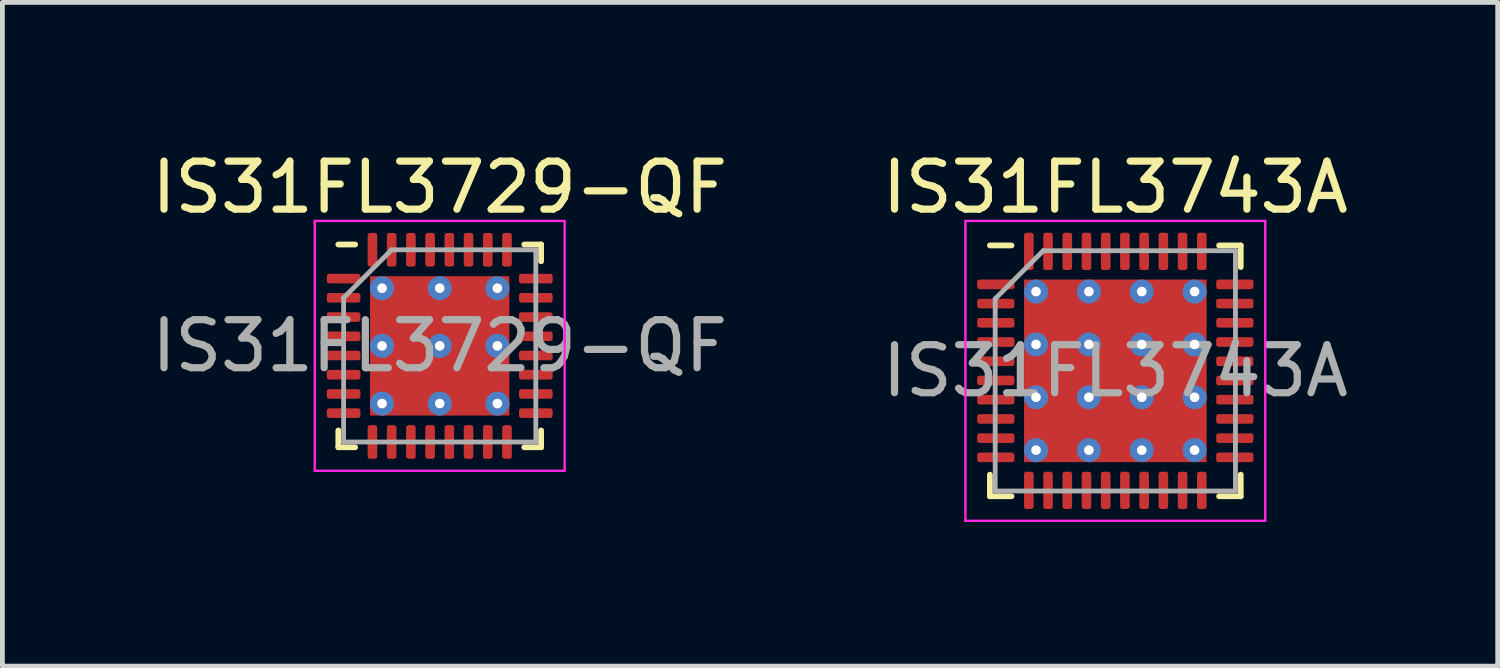
<source format=kicad_pcb>
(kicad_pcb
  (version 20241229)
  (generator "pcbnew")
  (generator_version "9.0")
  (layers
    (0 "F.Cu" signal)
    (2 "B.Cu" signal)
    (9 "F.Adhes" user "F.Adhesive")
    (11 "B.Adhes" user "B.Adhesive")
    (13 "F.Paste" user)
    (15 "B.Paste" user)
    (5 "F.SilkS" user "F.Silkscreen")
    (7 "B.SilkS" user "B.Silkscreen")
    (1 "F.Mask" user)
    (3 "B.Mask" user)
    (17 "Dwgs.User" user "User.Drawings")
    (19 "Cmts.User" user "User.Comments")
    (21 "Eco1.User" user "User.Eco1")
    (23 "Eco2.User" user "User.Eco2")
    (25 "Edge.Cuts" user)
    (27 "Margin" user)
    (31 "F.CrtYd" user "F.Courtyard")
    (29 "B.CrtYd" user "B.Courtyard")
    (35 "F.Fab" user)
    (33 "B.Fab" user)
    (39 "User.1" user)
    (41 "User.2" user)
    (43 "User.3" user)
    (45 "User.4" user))
  (footprint "IS31FL3743A"
    (layer "F.Cu")
    (at 20.161 4.668)
    (property "Reference" "IS31FL3743A" (at 0 -3.82 0) (layer "F.SilkS") (effects (font (size 1 1) (thickness 0.15))))
    (attr smd)
    (fp_line (start -2.61 2.61) (end -2.61 2.16) (stroke (width 0.12) (type solid)) (layer "F.SilkS"))
    (fp_line (start -2.16 -2.61) (end -2.61 -2.61) (stroke (width 0.12) (type solid)) (layer "F.SilkS"))
    (fp_line (start -2.16 2.61) (end -2.61 2.61) (stroke (width 0.12) (type solid)) (layer "F.SilkS"))
    (fp_line (start 2.16 -2.61) (end 2.61 -2.61) (stroke (width 0.12) (type solid)) (layer "F.SilkS"))
    (fp_line (start 2.16 2.61) (end 2.61 2.61) (stroke (width 0.12) (type solid)) (layer "F.SilkS"))
    (fp_line (start 2.61 -2.61) (end 2.61 -2.16) (stroke (width 0.12) (type solid)) (layer "F.SilkS"))
    (fp_line (start 2.61 2.61) (end 2.61 2.16) (stroke (width 0.12) (type solid)) (layer "F.SilkS"))
    (fp_line (start -3.12 -3.12) (end -3.12 3.12) (stroke (width 0.05) (type solid)) (layer "F.CrtYd"))
    (fp_line (start -3.12 3.12) (end 3.12 3.12) (stroke (width 0.05) (type solid)) (layer "F.CrtYd"))
    (fp_line (start 3.12 -3.12) (end -3.12 -3.12) (stroke (width 0.05) (type solid)) (layer "F.CrtYd"))
    (fp_line (start 3.12 3.12) (end 3.12 -3.12) (stroke (width 0.05) (type solid)) (layer "F.CrtYd"))
    (fp_line (start -2.5 -1.5) (end -1.5 -2.5) (stroke (width 0.1) (type solid)) (layer "F.Fab"))
    (fp_line (start -2.5 2.5) (end -2.5 -1.5) (stroke (width 0.1) (type solid)) (layer "F.Fab"))
    (fp_line (start -1.5 -2.5) (end 2.5 -2.5) (stroke (width 0.1) (type solid)) (layer "F.Fab"))
    (fp_line (start 2.5 -2.5) (end 2.5 2.5) (stroke (width 0.1) (type solid)) (layer "F.Fab"))
    (fp_line (start 2.5 2.5) (end -2.5 2.5) (stroke (width 0.1) (type solid)) (layer "F.Fab"))
    (fp_text user "${REFERENCE}" (at 0 0 0) (layer "F.Fab") (effects (font (size 1 1) (thickness 0.15))))
    (pad "" smd custom (at -1.1 -1.1) (size 0.865 0.865) (layers "F.Paste") (options (anchor circle)) (primitives (gr_poly (pts (xy -0.375 -0.279) (xy -0.279 -0.375) (xy 0.279 -0.375) (xy 0.375 -0.279) (xy 0.375 0.279) (xy 0.279 0.375) (xy -0.279 0.375) (xy -0.375 0.279)) (width 0.232) (fill yes))))
    (pad "" smd custom (at -1.1 0) (size 0.865 0.865) (layers "F.Paste") (options (anchor circle)) (primitives (gr_poly (pts (xy -0.375 -0.279) (xy -0.279 -0.375) (xy 0.279 -0.375) (xy 0.375 -0.279) (xy 0.375 0.279) (xy 0.279 0.375) (xy -0.279 0.375) (xy -0.375 0.279)) (width 0.232) (fill yes))))
    (pad "" smd custom (at -1.1 1.1) (size 0.865 0.865) (layers "F.Paste") (options (anchor circle)) (primitives (gr_poly (pts (xy -0.375 -0.279) (xy -0.279 -0.375) (xy 0.279 -0.375) (xy 0.375 -0.279) (xy 0.375 0.279) (xy 0.279 0.375) (xy -0.279 0.375) (xy -0.375 0.279)) (width 0.232) (fill yes))))
    (pad "" smd custom (at 0 -1.1) (size 0.865 0.865) (layers "F.Paste") (options (anchor circle)) (primitives (gr_poly (pts (xy -0.375 -0.279) (xy -0.279 -0.375) (xy 0.279 -0.375) (xy 0.375 -0.279) (xy 0.375 0.279) (xy 0.279 0.375) (xy -0.279 0.375) (xy -0.375 0.279)) (width 0.232) (fill yes))))
    (pad "" smd custom (at 0 0) (size 0.865 0.865) (layers "F.Paste") (options (anchor circle)) (primitives (gr_poly (pts (xy -0.375 -0.279) (xy -0.279 -0.375) (xy 0.279 -0.375) (xy 0.375 -0.279) (xy 0.375 0.279) (xy 0.279 0.375) (xy -0.279 0.375) (xy -0.375 0.279)) (width 0.232) (fill yes))))
    (pad "" smd custom (at 0 1.1) (size 0.865 0.865) (layers "F.Paste") (options (anchor circle)) (primitives (gr_poly (pts (xy -0.375 -0.279) (xy -0.279 -0.375) (xy 0.279 -0.375) (xy 0.375 -0.279) (xy 0.375 0.279) (xy 0.279 0.375) (xy -0.279 0.375) (xy -0.375 0.279)) (width 0.232) (fill yes))))
    (pad "" smd custom (at 1.1 -1.1) (size 0.865 0.865) (layers "F.Paste") (options (anchor circle)) (primitives (gr_poly (pts (xy -0.375 -0.279) (xy -0.279 -0.375) (xy 0.279 -0.375) (xy 0.375 -0.279) (xy 0.375 0.279) (xy 0.279 0.375) (xy -0.279 0.375) (xy -0.375 0.279)) (width 0.232) (fill yes))))
    (pad "" smd custom (at 1.1 0) (size 0.865 0.865) (layers "F.Paste") (options (anchor circle)) (primitives (gr_poly (pts (xy -0.375 -0.279) (xy -0.279 -0.375) (xy 0.279 -0.375) (xy 0.375 -0.279) (xy 0.375 0.279) (xy 0.279 0.375) (xy -0.279 0.375) (xy -0.375 0.279)) (width 0.232) (fill yes))))
    (pad "" smd custom (at 1.1 1.1) (size 0.865 0.865) (layers "F.Paste") (options (anchor circle)) (primitives (gr_poly (pts (xy -0.375 -0.279) (xy -0.279 -0.375) (xy 0.279 -0.375) (xy 0.375 -0.279) (xy 0.375 0.279) (xy 0.279 0.375) (xy -0.279 0.375) (xy -0.375 0.279)) (width 0.232) (fill yes))))
    (pad "1" smd roundrect (at -2.487 -1.8) (size 0.775 0.2) (layers "F.Cu" "F.Mask" "F.Paste") (roundrect_rratio 0.25))
    (pad "2" smd roundrect (at -2.487 -1.4) (size 0.775 0.2) (layers "F.Cu" "F.Mask" "F.Paste") (roundrect_rratio 0.25))
    (pad "3" smd roundrect (at -2.487 -1) (size 0.775 0.2) (layers "F.Cu" "F.Mask" "F.Paste") (roundrect_rratio 0.25))
    (pad "4" smd roundrect (at -2.487 -0.6) (size 0.775 0.2) (layers "F.Cu" "F.Mask" "F.Paste") (roundrect_rratio 0.25))
    (pad "5" smd roundrect (at -2.487 -0.2) (size 0.775 0.2) (layers "F.Cu" "F.Mask" "F.Paste") (roundrect_rratio 0.25))
    (pad "6" smd roundrect (at -2.487 0.2) (size 0.775 0.2) (layers "F.Cu" "F.Mask" "F.Paste") (roundrect_rratio 0.25))
    (pad "7" smd roundrect (at -2.487 0.6) (size 0.775 0.2) (layers "F.Cu" "F.Mask" "F.Paste") (roundrect_rratio 0.25))
    (pad "8" smd roundrect (at -2.487 1) (size 0.775 0.2) (layers "F.Cu" "F.Mask" "F.Paste") (roundrect_rratio 0.25))
    (pad "9" smd roundrect (at -2.487 1.4) (size 0.775 0.2) (layers "F.Cu" "F.Mask" "F.Paste") (roundrect_rratio 0.25))
    (pad "10" smd roundrect (at -2.487 1.8) (size 0.775 0.2) (layers "F.Cu" "F.Mask" "F.Paste") (roundrect_rratio 0.25))
    (pad "11" smd roundrect (at -1.8 2.487) (size 0.2 0.775) (layers "F.Cu" "F.Mask" "F.Paste") (roundrect_rratio 0.25))
    (pad "12" smd roundrect (at -1.4 2.487) (size 0.2 0.775) (layers "F.Cu" "F.Mask" "F.Paste") (roundrect_rratio 0.25))
    (pad "13" smd roundrect (at -1 2.487) (size 0.2 0.775) (layers "F.Cu" "F.Mask" "F.Paste") (roundrect_rratio 0.25))
    (pad "14" smd roundrect (at -0.6 2.487) (size 0.2 0.775) (layers "F.Cu" "F.Mask" "F.Paste") (roundrect_rratio 0.25))
    (pad "15" smd roundrect (at -0.2 2.487) (size 0.2 0.775) (layers "F.Cu" "F.Mask" "F.Paste") (roundrect_rratio 0.25))
    (pad "16" smd roundrect (at 0.2 2.487) (size 0.2 0.775) (layers "F.Cu" "F.Mask" "F.Paste") (roundrect_rratio 0.25))
    (pad "17" smd roundrect (at 0.6 2.487) (size 0.2 0.775) (layers "F.Cu" "F.Mask" "F.Paste") (roundrect_rratio 0.25))
    (pad "18" smd roundrect (at 1 2.487) (size 0.2 0.775) (layers "F.Cu" "F.Mask" "F.Paste") (roundrect_rratio 0.25))
    (pad "19" smd roundrect (at 1.4 2.487) (size 0.2 0.775) (layers "F.Cu" "F.Mask" "F.Paste") (roundrect_rratio 0.25))
    (pad "20" smd roundrect (at 1.8 2.487) (size 0.2 0.775) (layers "F.Cu" "F.Mask" "F.Paste") (roundrect_rratio 0.25))
    (pad "21" smd roundrect (at 2.487 1.8) (size 0.775 0.2) (layers "F.Cu" "F.Mask" "F.Paste") (roundrect_rratio 0.25))
    (pad "22" smd roundrect (at 2.487 1.4) (size 0.775 0.2) (layers "F.Cu" "F.Mask" "F.Paste") (roundrect_rratio 0.25))
    (pad "23" smd roundrect (at 2.487 1) (size 0.775 0.2) (layers "F.Cu" "F.Mask" "F.Paste") (roundrect_rratio 0.25))
    (pad "24" smd roundrect (at 2.487 0.6) (size 0.775 0.2) (layers "F.Cu" "F.Mask" "F.Paste") (roundrect_rratio 0.25))
    (pad "25" smd roundrect (at 2.487 0.2) (size 0.775 0.2) (layers "F.Cu" "F.Mask" "F.Paste") (roundrect_rratio 0.25))
    (pad "26" smd roundrect (at 2.487 -0.2) (size 0.775 0.2) (layers "F.Cu" "F.Mask" "F.Paste") (roundrect_rratio 0.25))
    (pad "27" smd roundrect (at 2.487 -0.6) (size 0.775 0.2) (layers "F.Cu" "F.Mask" "F.Paste") (roundrect_rratio 0.25))
    (pad "28" smd roundrect (at 2.487 -1) (size 0.775 0.2) (layers "F.Cu" "F.Mask" "F.Paste") (roundrect_rratio 0.25))
    (pad "29" smd roundrect (at 2.487 -1.4) (size 0.775 0.2) (layers "F.Cu" "F.Mask" "F.Paste") (roundrect_rratio 0.25))
    (pad "30" smd roundrect (at 2.487 -1.8) (size 0.775 0.2) (layers "F.Cu" "F.Mask" "F.Paste") (roundrect_rratio 0.25))
    (pad "31" smd roundrect (at 1.8 -2.487) (size 0.2 0.775) (layers "F.Cu" "F.Mask" "F.Paste") (roundrect_rratio 0.25))
    (pad "32" smd roundrect (at 1.4 -2.487) (size 0.2 0.775) (layers "F.Cu" "F.Mask" "F.Paste") (roundrect_rratio 0.25))
    (pad "33" smd roundrect (at 1 -2.487) (size 0.2 0.775) (layers "F.Cu" "F.Mask" "F.Paste") (roundrect_rratio 0.25))
    (pad "34" smd roundrect (at 0.6 -2.487) (size 0.2 0.775) (layers "F.Cu" "F.Mask" "F.Paste") (roundrect_rratio 0.25))
    (pad "35" smd roundrect (at 0.2 -2.487) (size 0.2 0.775) (layers "F.Cu" "F.Mask" "F.Paste") (roundrect_rratio 0.25))
    (pad "36" smd roundrect (at -0.2 -2.487) (size 0.2 0.775) (layers "F.Cu" "F.Mask" "F.Paste") (roundrect_rratio 0.25))
    (pad "37" smd roundrect (at -0.6 -2.487) (size 0.2 0.775) (layers "F.Cu" "F.Mask" "F.Paste") (roundrect_rratio 0.25))
    (pad "38" smd roundrect (at -1 -2.487) (size 0.2 0.775) (layers "F.Cu" "F.Mask" "F.Paste") (roundrect_rratio 0.25))
    (pad "39" smd roundrect (at -1.4 -2.487) (size 0.2 0.775) (layers "F.Cu" "F.Mask" "F.Paste") (roundrect_rratio 0.25))
    (pad "40" smd roundrect (at -1.8 -2.487) (size 0.2 0.775) (layers "F.Cu" "F.Mask" "F.Paste") (roundrect_rratio 0.25))
    (pad "41" thru_hole circle (at -1.65 -1.65) (size 0.5 0.5) (drill 0.2) (layers "*.Cu"))
    (pad "41" thru_hole circle (at -1.65 -0.55) (size 0.5 0.5) (drill 0.2) (layers "*.Cu"))
    (pad "41" thru_hole circle (at -1.65 0.55) (size 0.5 0.5) (drill 0.2) (layers "*.Cu"))
    (pad "41" thru_hole circle (at -1.65 1.65) (size 0.5 0.5) (drill 0.2) (layers "*.Cu"))
    (pad "41" thru_hole circle (at -0.55 -1.65) (size 0.5 0.5) (drill 0.2) (layers "*.Cu"))
    (pad "41" thru_hole circle (at -0.55 -0.55) (size 0.5 0.5) (drill 0.2) (layers "*.Cu"))
    (pad "41" thru_hole circle (at -0.55 0.55) (size 0.5 0.5) (drill 0.2) (layers "*.Cu"))
    (pad "41" thru_hole circle (at -0.55 1.65) (size 0.5 0.5) (drill 0.2) (layers "*.Cu"))
    (pad "41" smd rect (at 0 0) (size 3.8 3.8) (layers "F.Cu" "F.Mask"))
    (pad "41" thru_hole circle (at 0.55 -1.65) (size 0.5 0.5) (drill 0.2) (layers "*.Cu"))
    (pad "41" thru_hole circle (at 0.55 -0.55) (size 0.5 0.5) (drill 0.2) (layers "*.Cu"))
    (pad "41" thru_hole circle (at 0.55 0.55) (size 0.5 0.5) (drill 0.2) (layers "*.Cu"))
    (pad "41" thru_hole circle (at 0.55 1.65) (size 0.5 0.5) (drill 0.2) (layers "*.Cu"))
    (pad "41" thru_hole circle (at 1.65 -1.65) (size 0.5 0.5) (drill 0.2) (layers "*.Cu"))
    (pad "41" thru_hole circle (at 1.65 -0.55) (size 0.5 0.5) (drill 0.2) (layers "*.Cu"))
    (pad "41" thru_hole circle (at 1.65 0.55) (size 0.5 0.5) (drill 0.2) (layers "*.Cu"))
    (pad "41" thru_hole circle (at 1.65 1.65) (size 0.5 0.5) (drill 0.2) (layers "*.Cu")))
  (footprint "IS31FL3729-QF"
    (layer "F.Cu")
    (at 6.101 4.148)
    (property "Reference" "IS31FL3729-QF" (at 0 -3.3 0) (layer "F.SilkS") (effects (font (size 1 1) (thickness 0.15))))
    (attr smd)
    (fp_line (start -2.11 2.11) (end -2.11 1.76) (stroke (width 0.12) (type solid)) (layer "F.SilkS"))
    (fp_line (start -1.76 -2.11) (end -2.11 -2.11) (stroke (width 0.12) (type solid)) (layer "F.SilkS"))
    (fp_line (start -1.76 2.11) (end -2.11 2.11) (stroke (width 0.12) (type solid)) (layer "F.SilkS"))
    (fp_line (start 1.76 -2.11) (end 2.11 -2.11) (stroke (width 0.12) (type solid)) (layer "F.SilkS"))
    (fp_line (start 1.76 2.11) (end 2.11 2.11) (stroke (width 0.12) (type solid)) (layer "F.SilkS"))
    (fp_line (start 2.11 -2.11) (end 2.11 -1.76) (stroke (width 0.12) (type solid)) (layer "F.SilkS"))
    (fp_line (start 2.11 2.11) (end 2.11 1.76) (stroke (width 0.12) (type solid)) (layer "F.SilkS"))
    (fp_line (start -2.6 -2.6) (end -2.6 2.6) (stroke (width 0.05) (type solid)) (layer "F.CrtYd"))
    (fp_line (start -2.6 2.6) (end 2.6 2.6) (stroke (width 0.05) (type solid)) (layer "F.CrtYd"))
    (fp_line (start 2.6 -2.6) (end -2.6 -2.6) (stroke (width 0.05) (type solid)) (layer "F.CrtYd"))
    (fp_line (start 2.6 2.6) (end 2.6 -2.6) (stroke (width 0.05) (type solid)) (layer "F.CrtYd"))
    (fp_line (start -2 -1) (end -1 -2) (stroke (width 0.1) (type solid)) (layer "F.Fab"))
    (fp_line (start -2 2) (end -2 -1) (stroke (width 0.1) (type solid)) (layer "F.Fab"))
    (fp_line (start -1 -2) (end 2 -2) (stroke (width 0.1) (type solid)) (layer "F.Fab"))
    (fp_line (start 2 -2) (end 2 2) (stroke (width 0.1) (type solid)) (layer "F.Fab"))
    (fp_line (start 2 2) (end -2 2) (stroke (width 0.1) (type solid)) (layer "F.Fab"))
    (fp_text user "${REFERENCE}" (at 0 0 0) (layer "F.Fab") (effects (font (size 1 1) (thickness 0.15))))
    (pad "" smd roundrect (at -0.725 -0.725) (size 1.26 1.26) (layers "F.Paste") (roundrect_rratio 0.198))
    (pad "" smd roundrect (at -0.725 0.725) (size 1.26 1.26) (layers "F.Paste") (roundrect_rratio 0.198))
    (pad "" smd roundrect (at 0.725 -0.725) (size 1.26 1.26) (layers "F.Paste") (roundrect_rratio 0.198))
    (pad "" smd roundrect (at 0.725 0.725) (size 1.26 1.26) (layers "F.Paste") (roundrect_rratio 0.198))
    (pad "1" smd roundrect (at -2 -1.4) (size 0.7 0.2) (layers "F.Cu" "F.Mask" "F.Paste") (roundrect_rratio 0.25))
    (pad "2" smd roundrect (at -2 -1) (size 0.7 0.2) (layers "F.Cu" "F.Mask" "F.Paste") (roundrect_rratio 0.25))
    (pad "3" smd roundrect (at -2 -0.6) (size 0.7 0.2) (layers "F.Cu" "F.Mask" "F.Paste") (roundrect_rratio 0.25))
    (pad "4" smd roundrect (at -2 -0.2) (size 0.7 0.2) (layers "F.Cu" "F.Mask" "F.Paste") (roundrect_rratio 0.25))
    (pad "5" smd roundrect (at -2 0.2) (size 0.7 0.2) (layers "F.Cu" "F.Mask" "F.Paste") (roundrect_rratio 0.25))
    (pad "6" smd roundrect (at -2 0.6) (size 0.7 0.2) (layers "F.Cu" "F.Mask" "F.Paste") (roundrect_rratio 0.25))
    (pad "7" smd roundrect (at -2 1) (size 0.7 0.2) (layers "F.Cu" "F.Mask" "F.Paste") (roundrect_rratio 0.25))
    (pad "8" smd roundrect (at -2 1.4) (size 0.7 0.2) (layers "F.Cu" "F.Mask" "F.Paste") (roundrect_rratio 0.25))
    (pad "9" smd roundrect (at -1.4 2) (size 0.2 0.7) (layers "F.Cu" "F.Mask" "F.Paste") (roundrect_rratio 0.25))
    (pad "10" smd roundrect (at -1 2) (size 0.2 0.7) (layers "F.Cu" "F.Mask" "F.Paste") (roundrect_rratio 0.25))
    (pad "11" smd roundrect (at -0.6 2) (size 0.2 0.7) (layers "F.Cu" "F.Mask" "F.Paste") (roundrect_rratio 0.25))
    (pad "12" smd roundrect (at -0.2 2) (size 0.2 0.7) (layers "F.Cu" "F.Mask" "F.Paste") (roundrect_rratio 0.25))
    (pad "13" smd roundrect (at 0.2 2) (size 0.2 0.7) (layers "F.Cu" "F.Mask" "F.Paste") (roundrect_rratio 0.25))
    (pad "14" smd roundrect (at 0.6 2) (size 0.2 0.7) (layers "F.Cu" "F.Mask" "F.Paste") (roundrect_rratio 0.25))
    (pad "15" smd roundrect (at 1 2) (size 0.2 0.7) (layers "F.Cu" "F.Mask" "F.Paste") (roundrect_rratio 0.25))
    (pad "16" smd roundrect (at 1.4 2) (size 0.2 0.7) (layers "F.Cu" "F.Mask" "F.Paste") (roundrect_rratio 0.25))
    (pad "17" smd roundrect (at 2 1.4) (size 0.7 0.2) (layers "F.Cu" "F.Mask" "F.Paste") (roundrect_rratio 0.25))
    (pad "18" smd roundrect (at 2 1) (size 0.7 0.2) (layers "F.Cu" "F.Mask" "F.Paste") (roundrect_rratio 0.25))
    (pad "19" smd roundrect (at 2 0.6) (size 0.7 0.2) (layers "F.Cu" "F.Mask" "F.Paste") (roundrect_rratio 0.25))
    (pad "20" smd roundrect (at 2 0.2) (size 0.7 0.2) (layers "F.Cu" "F.Mask" "F.Paste") (roundrect_rratio 0.25))
    (pad "21" smd roundrect (at 2 -0.2) (size 0.7 0.2) (layers "F.Cu" "F.Mask" "F.Paste") (roundrect_rratio 0.25))
    (pad "22" smd roundrect (at 2 -0.6) (size 0.7 0.2) (layers "F.Cu" "F.Mask" "F.Paste") (roundrect_rratio 0.25))
    (pad "23" smd roundrect (at 2 -1) (size 0.7 0.2) (layers "F.Cu" "F.Mask" "F.Paste") (roundrect_rratio 0.25))
    (pad "24" smd roundrect (at 2 -1.4) (size 0.7 0.2) (layers "F.Cu" "F.Mask" "F.Paste") (roundrect_rratio 0.25))
    (pad "25" smd roundrect (at 1.4 -2) (size 0.2 0.7) (layers "F.Cu" "F.Mask" "F.Paste") (roundrect_rratio 0.25))
    (pad "26" smd roundrect (at 1 -2) (size 0.2 0.7) (layers "F.Cu" "F.Mask" "F.Paste") (roundrect_rratio 0.25))
    (pad "27" smd roundrect (at 0.6 -2) (size 0.2 0.7) (layers "F.Cu" "F.Mask" "F.Paste") (roundrect_rratio 0.25))
    (pad "28" smd roundrect (at 0.2 -2) (size 0.2 0.7) (layers "F.Cu" "F.Mask" "F.Paste") (roundrect_rratio 0.25))
    (pad "29" smd roundrect (at -0.2 -2) (size 0.2 0.7) (layers "F.Cu" "F.Mask" "F.Paste") (roundrect_rratio 0.25))
    (pad "30" smd roundrect (at -0.6 -2) (size 0.2 0.7) (layers "F.Cu" "F.Mask" "F.Paste") (roundrect_rratio 0.25))
    (pad "31" smd roundrect (at -1 -2) (size 0.2 0.7) (layers "F.Cu" "F.Mask" "F.Paste") (roundrect_rratio 0.25))
    (pad "32" smd roundrect (at -1.4 -2) (size 0.2 0.7) (layers "F.Cu" "F.Mask" "F.Paste") (roundrect_rratio 0.25))
    (pad "33" thru_hole circle (at -1.2 -1.2) (size 0.5 0.5) (drill 0.2) (layers "*.Cu"))
    (pad "33" thru_hole circle (at -1.2 0) (size 0.5 0.5) (drill 0.2) (layers "*.Cu"))
    (pad "33" thru_hole circle (at -1.2 1.2) (size 0.5 0.5) (drill 0.2) (layers "*.Cu"))
    (pad "33" thru_hole circle (at 0 -1.2) (size 0.5 0.5) (drill 0.2) (layers "*.Cu"))
    (pad "33" thru_hole circle (at 0 0) (size 0.5 0.5) (drill 0.2) (layers "*.Cu"))
    (pad "33" smd rect (at 0 0) (size 2.9 2.9) (layers "F.Cu" "F.Mask"))
    (pad "33" thru_hole circle (at 0 1.2) (size 0.5 0.5) (drill 0.2) (layers "*.Cu"))
    (pad "33" thru_hole circle (at 1.2 -1.2) (size 0.5 0.5) (drill 0.2) (layers "*.Cu"))
    (pad "33" thru_hole circle (at 1.2 0) (size 0.5 0.5) (drill 0.2) (layers "*.Cu"))
    (pad "33" thru_hole circle (at 1.2 1.2) (size 0.5 0.5) (drill 0.2) (layers "*.Cu")))
  (gr_rect
    (start -3 -3)
    (end 28.119 10.813)
    (stroke (width 0.1) (type default))
    (fill no)
    (layer "Edge.Cuts")))
</source>
